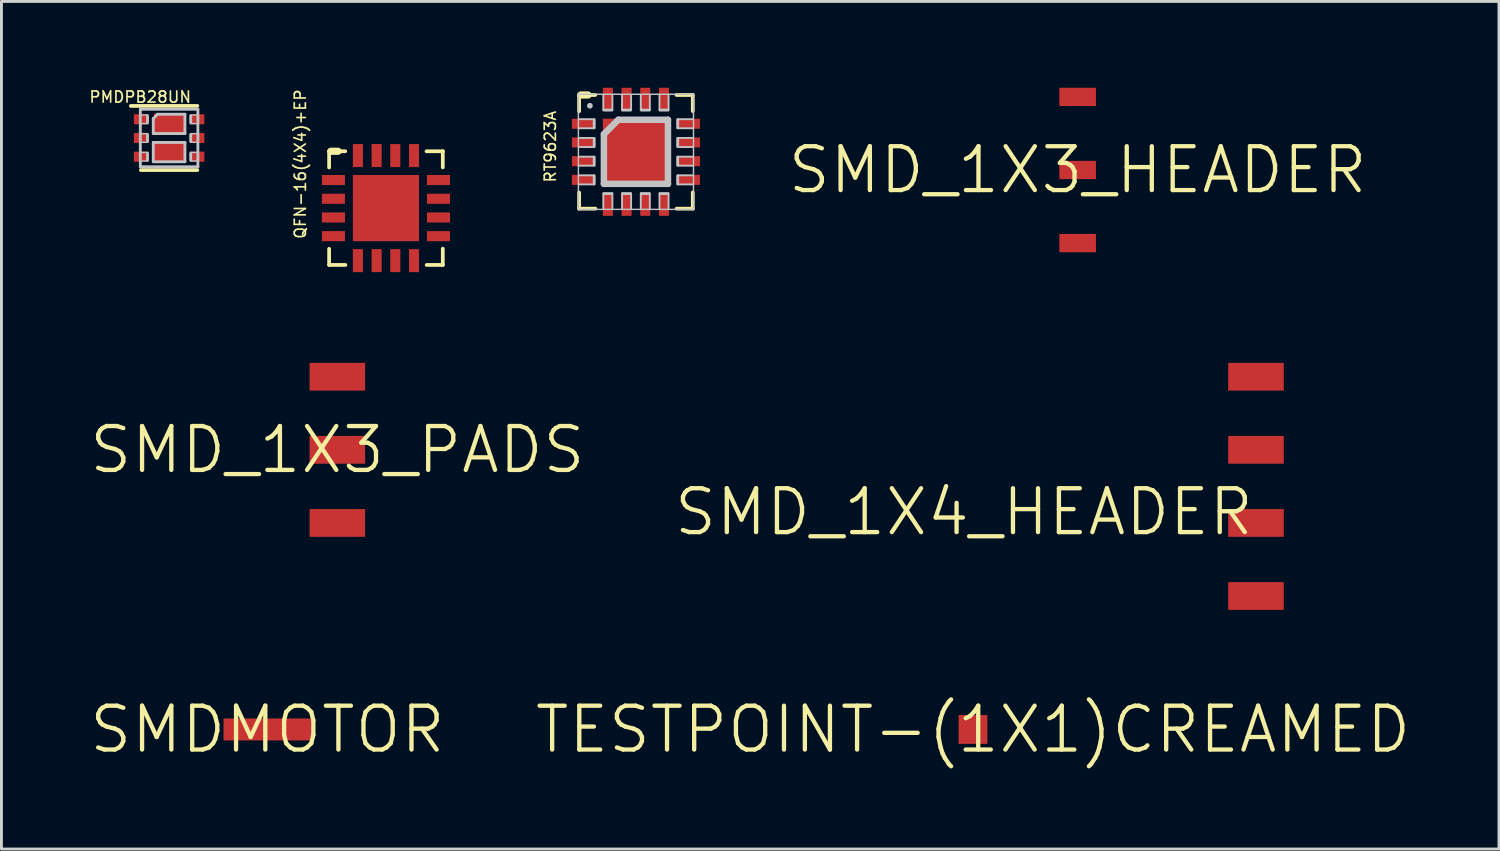
<source format=kicad_pcb>
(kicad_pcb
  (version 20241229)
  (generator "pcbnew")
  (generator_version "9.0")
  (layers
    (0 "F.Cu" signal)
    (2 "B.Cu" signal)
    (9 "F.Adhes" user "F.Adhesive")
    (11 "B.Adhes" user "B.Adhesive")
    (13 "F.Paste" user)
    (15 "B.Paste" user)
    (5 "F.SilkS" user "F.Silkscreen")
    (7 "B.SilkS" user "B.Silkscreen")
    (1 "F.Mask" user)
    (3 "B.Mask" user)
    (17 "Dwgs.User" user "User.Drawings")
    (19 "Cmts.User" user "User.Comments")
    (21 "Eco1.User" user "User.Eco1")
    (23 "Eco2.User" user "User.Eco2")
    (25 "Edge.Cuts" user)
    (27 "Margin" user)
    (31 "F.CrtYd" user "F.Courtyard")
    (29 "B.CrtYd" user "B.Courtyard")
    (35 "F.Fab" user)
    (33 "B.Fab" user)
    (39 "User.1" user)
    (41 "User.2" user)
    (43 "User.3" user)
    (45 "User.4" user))
  (footprint "QFN-16(4X4)+EP"
    (layer "F.Cu")
    (at 10.361 4.181)
    (property "Reference" "QFN-16(4X4)+EP" (at -2.75 1.1 90) (layer "F.SilkS") (effects (font (size 0.386 0.386) (thickness 0.058)) (justify left bottom)))
    (attr through_hole)
    (fp_poly (pts (xy -2.301 -0.724) (xy -1.349 -0.724) (xy -1.349 -1.226) (xy -2.301 -1.226)) (stroke (width 0.15) (type solid)) (fill yes) (layer "F.Mask"))
    (fp_poly (pts (xy -2.301 -0.074) (xy -1.349 -0.074) (xy -1.349 -0.576) (xy -2.301 -0.576)) (stroke (width 0.15) (type solid)) (fill yes) (layer "F.Mask"))
    (fp_poly (pts (xy -2.301 0.576) (xy -1.349 0.576) (xy -1.349 0.074) (xy -2.301 0.074)) (stroke (width 0.15) (type solid)) (fill yes) (layer "F.Mask"))
    (fp_poly (pts (xy -2.301 1.226) (xy -1.349 1.226) (xy -1.349 0.724) (xy -2.301 0.724)) (stroke (width 0.15) (type solid)) (fill yes) (layer "F.Mask"))
    (fp_poly (pts (xy -1.226 -1.349) (xy -0.724 -1.349) (xy -0.724 -2.301) (xy -1.226 -2.301)) (stroke (width 0.15) (type solid)) (fill yes) (layer "F.Mask"))
    (fp_poly (pts (xy -1.226 2.301) (xy -0.724 2.301) (xy -0.724 1.349) (xy -1.226 1.349)) (stroke (width 0.15) (type solid)) (fill yes) (layer "F.Mask"))
    (fp_poly (pts (xy -1.225 1.225) (xy 1.225 1.225) (xy 1.225 -1.225) (xy -1.225 -1.225)) (stroke (width 0.15) (type solid)) (fill yes) (layer "F.Mask"))
    (fp_poly (pts (xy -0.576 -1.349) (xy -0.074 -1.349) (xy -0.074 -2.301) (xy -0.576 -2.301)) (stroke (width 0.15) (type solid)) (fill yes) (layer "F.Mask"))
    (fp_poly (pts (xy -0.576 2.301) (xy -0.074 2.301) (xy -0.074 1.349) (xy -0.576 1.349)) (stroke (width 0.15) (type solid)) (fill yes) (layer "F.Mask"))
    (fp_poly (pts (xy 0.074 -1.349) (xy 0.576 -1.349) (xy 0.576 -2.301) (xy 0.074 -2.301)) (stroke (width 0.15) (type solid)) (fill yes) (layer "F.Mask"))
    (fp_poly (pts (xy 0.074 2.301) (xy 0.576 2.301) (xy 0.576 1.349) (xy 0.074 1.349)) (stroke (width 0.15) (type solid)) (fill yes) (layer "F.Mask"))
    (fp_poly (pts (xy 0.724 -1.349) (xy 1.226 -1.349) (xy 1.226 -2.301) (xy 0.724 -2.301)) (stroke (width 0.15) (type solid)) (fill yes) (layer "F.Mask"))
    (fp_poly (pts (xy 0.724 2.301) (xy 1.226 2.301) (xy 1.226 1.349) (xy 0.724 1.349)) (stroke (width 0.15) (type solid)) (fill yes) (layer "F.Mask"))
    (fp_poly (pts (xy 1.349 -0.724) (xy 2.301 -0.724) (xy 2.301 -1.226) (xy 1.349 -1.226)) (stroke (width 0.15) (type solid)) (fill yes) (layer "F.Mask"))
    (fp_poly (pts (xy 1.349 -0.074) (xy 2.301 -0.074) (xy 2.301 -0.576) (xy 1.349 -0.576)) (stroke (width 0.15) (type solid)) (fill yes) (layer "F.Mask"))
    (fp_poly (pts (xy 1.349 0.576) (xy 2.301 0.576) (xy 2.301 0.074) (xy 1.349 0.074)) (stroke (width 0.15) (type solid)) (fill yes) (layer "F.Mask"))
    (fp_poly (pts (xy 1.349 1.226) (xy 2.301 1.226) (xy 2.301 0.724) (xy 1.349 0.724)) (stroke (width 0.15) (type solid)) (fill yes) (layer "F.Mask"))
    (fp_line (start -1.975 -1.975) (end -1.975 -1.41) (stroke (width 0.13) (type solid)) (layer "F.SilkS"))
    (fp_line (start -1.975 1.415) (end -1.975 1.975) (stroke (width 0.13) (type solid)) (layer "F.SilkS"))
    (fp_line (start -1.975 1.975) (end -1.41 1.975) (stroke (width 0.13) (type solid)) (layer "F.SilkS"))
    (fp_line (start -1.915 -1.975) (end -1.975 -1.975) (stroke (width 0.13) (type solid)) (layer "F.SilkS"))
    (fp_line (start -1.665 -1.975) (end -1.915 -1.975) (stroke (width 0.13) (type solid)) (layer "F.SilkS"))
    (fp_line (start -1.665 -1.975) (end -1.915 -1.975) (stroke (width 0.25) (type solid)) (layer "F.SilkS"))
    (fp_line (start -1.415 -1.975) (end -1.665 -1.975) (stroke (width 0.13) (type solid)) (layer "F.SilkS"))
    (fp_line (start 1.415 1.975) (end 1.975 1.975) (stroke (width 0.13) (type solid)) (layer "F.SilkS"))
    (fp_line (start 1.975 -1.975) (end 1.41 -1.975) (stroke (width 0.13) (type solid)) (layer "F.SilkS"))
    (fp_line (start 1.975 -1.415) (end 1.975 -1.975) (stroke (width 0.13) (type solid)) (layer "F.SilkS"))
    (fp_line (start 1.975 1.975) (end 1.975 1.41) (stroke (width 0.13) (type solid)) (layer "F.SilkS"))
    (pad "1" smd rect (at -1.825 -0.975) (size 0.8 0.35) (layers "F.Cu" "F.Mask" "F.Paste"))
    (pad "2" smd rect (at -1.825 -0.325) (size 0.8 0.35) (layers "F.Cu" "F.Mask" "F.Paste"))
    (pad "3" smd rect (at -1.825 0.325) (size 0.8 0.35) (layers "F.Cu" "F.Mask" "F.Paste"))
    (pad "4" smd rect (at -1.825 0.975) (size 0.8 0.35) (layers "F.Cu" "F.Mask" "F.Paste"))
    (pad "5" smd rect (at -0.975 1.825) (size 0.35 0.8) (layers "F.Cu" "F.Mask" "F.Paste"))
    (pad "6" smd rect (at -0.325 1.825) (size 0.35 0.8) (layers "F.Cu" "F.Mask" "F.Paste"))
    (pad "7" smd rect (at 0.325 1.825) (size 0.35 0.8) (layers "F.Cu" "F.Mask" "F.Paste"))
    (pad "8" smd rect (at 0.975 1.825) (size 0.35 0.8) (layers "F.Cu" "F.Mask" "F.Paste"))
    (pad "9" smd rect (at 1.825 0.975) (size 0.8 0.35) (layers "F.Cu" "F.Mask" "F.Paste"))
    (pad "10" smd rect (at 1.825 0.325) (size 0.8 0.35) (layers "F.Cu" "F.Mask" "F.Paste"))
    (pad "11" smd rect (at 1.825 -0.325) (size 0.8 0.35) (layers "F.Cu" "F.Mask" "F.Paste"))
    (pad "12" smd rect (at 1.825 -0.975) (size 0.8 0.35) (layers "F.Cu" "F.Mask" "F.Paste"))
    (pad "13" smd rect (at 0.975 -1.825) (size 0.35 0.8) (layers "F.Cu" "F.Mask" "F.Paste"))
    (pad "14" smd rect (at 0.325 -1.825) (size 0.35 0.8) (layers "F.Cu" "F.Mask" "F.Paste"))
    (pad "15" smd rect (at -0.325 -1.825) (size 0.35 0.8) (layers "F.Cu" "F.Mask" "F.Paste"))
    (pad "16" smd rect (at -0.975 -1.825) (size 0.35 0.8) (layers "F.Cu" "F.Mask" "F.Paste"))
    (pad "PAD" smd rect (at 0 0) (size 2.3 2.3) (layers "F.Cu" "F.Mask" "F.Paste")))
  (footprint "PMDPB28UN"
    (layer "F.Cu")
    (at 2.826 1.745)
    (property "Reference" "PMDPB28UN" (at 0.8 -1.65 0) (layer "F.SilkS") (effects (font (size 0.386 0.386) (thickness 0.058)) (justify right top)))
    (attr through_hole)
    (fp_line (start 0.98 -1.115) (end -1.33 -1.115) (stroke (width 0.13) (type solid)) (layer "F.SilkS"))
    (fp_line (start 0.98 1.115) (end -0.98 1.115) (stroke (width 0.13) (type solid)) (layer "F.SilkS"))
    (fp_line (start -1 -1) (end -1 1) (stroke (width 0.1) (type solid)) (layer "Dwgs.User"))
    (fp_line (start -1 1) (end 1 1) (stroke (width 0.1) (type solid)) (layer "Dwgs.User"))
    (fp_line (start -0.95 -0.8) (end -0.75 -0.8) (stroke (width 0.05) (type solid)) (layer "Dwgs.User"))
    (fp_line (start -0.95 -0.5) (end -0.75 -0.5) (stroke (width 0.05) (type solid)) (layer "Dwgs.User"))
    (fp_line (start -0.95 -0.15) (end -0.75 -0.15) (stroke (width 0.05) (type solid)) (layer "Dwgs.User"))
    (fp_line (start -0.95 0.15) (end -0.75 0.15) (stroke (width 0.05) (type solid)) (layer "Dwgs.User"))
    (fp_line (start -0.95 0.5) (end -0.75 0.5) (stroke (width 0.05) (type solid)) (layer "Dwgs.User"))
    (fp_line (start -0.95 0.8) (end -0.75 0.8) (stroke (width 0.05) (type solid)) (layer "Dwgs.User"))
    (fp_line (start -0.75 -0.53) (end -0.75 -0.77) (stroke (width 0.1) (type solid)) (layer "Dwgs.User"))
    (fp_line (start -0.75 0.12) (end -0.75 -0.12) (stroke (width 0.1) (type solid)) (layer "Dwgs.User"))
    (fp_line (start -0.75 0.77) (end -0.75 0.53) (stroke (width 0.1) (type solid)) (layer "Dwgs.User"))
    (fp_line (start -0.55 -0.675) (end -0.55 -0.155) (stroke (width 0.1) (type solid)) (layer "Dwgs.User"))
    (fp_line (start -0.55 -0.155) (end 0.55 -0.155) (stroke (width 0.1) (type solid)) (layer "Dwgs.User"))
    (fp_line (start -0.55 0.155) (end -0.55 0.825) (stroke (width 0.1) (type solid)) (layer "Dwgs.User"))
    (fp_line (start -0.55 0.825) (end 0.55 0.825) (stroke (width 0.1) (type solid)) (layer "Dwgs.User"))
    (fp_line (start -0.4 -0.825) (end -0.55 -0.675) (stroke (width 0.1) (type solid)) (layer "Dwgs.User"))
    (fp_line (start 0.55 -0.825) (end -0.4 -0.825) (stroke (width 0.1) (type solid)) (layer "Dwgs.User"))
    (fp_line (start 0.55 -0.155) (end 0.55 -0.825) (stroke (width 0.1) (type solid)) (layer "Dwgs.User"))
    (fp_line (start 0.55 0.155) (end -0.55 0.155) (stroke (width 0.1) (type solid)) (layer "Dwgs.User"))
    (fp_line (start 0.55 0.825) (end 0.55 0.155) (stroke (width 0.1) (type solid)) (layer "Dwgs.User"))
    (fp_line (start 0.75 -0.77) (end 0.75 -0.53) (stroke (width 0.1) (type solid)) (layer "Dwgs.User"))
    (fp_line (start 0.75 -0.12) (end 0.75 0.12) (stroke (width 0.1) (type solid)) (layer "Dwgs.User"))
    (fp_line (start 0.75 0.53) (end 0.75 0.77) (stroke (width 0.1) (type solid)) (layer "Dwgs.User"))
    (fp_line (start 0.95 -0.8) (end 0.75 -0.8) (stroke (width 0.05) (type solid)) (layer "Dwgs.User"))
    (fp_line (start 0.95 -0.5) (end 0.75 -0.5) (stroke (width 0.05) (type solid)) (layer "Dwgs.User"))
    (fp_line (start 0.95 -0.15) (end 0.75 -0.15) (stroke (width 0.05) (type solid)) (layer "Dwgs.User"))
    (fp_line (start 0.95 0.15) (end 0.75 0.15) (stroke (width 0.05) (type solid)) (layer "Dwgs.User"))
    (fp_line (start 0.95 0.5) (end 0.75 0.5) (stroke (width 0.05) (type solid)) (layer "Dwgs.User"))
    (fp_line (start 0.95 0.8) (end 0.75 0.8) (stroke (width 0.05) (type solid)) (layer "Dwgs.User"))
    (fp_line (start 1 -1) (end -1 -1) (stroke (width 0.1) (type solid)) (layer "Dwgs.User"))
    (fp_line (start 1 1) (end 1 -1) (stroke (width 0.1) (type solid)) (layer "Dwgs.User"))
    (pad "1" smd rect (at -0.975 -0.65) (size 0.5 0.35) (layers "F.Cu" "F.Mask" "F.Paste"))
    (pad "2" smd rect (at -0.975 0) (size 0.5 0.35) (layers "F.Cu" "F.Mask" "F.Paste"))
    (pad "3" smd rect (at -0.975 0.65) (size 0.5 0.35) (layers "F.Cu" "F.Mask" "F.Paste"))
    (pad "4" smd rect (at 0.975 0.65) (size 0.5 0.35) (layers "F.Cu" "F.Mask" "F.Paste"))
    (pad "5" smd rect (at 0.975 0) (size 0.5 0.35) (layers "F.Cu" "F.Mask" "F.Paste"))
    (pad "6" smd rect (at 0.975 -0.65) (size 0.5 0.35) (layers "F.Cu" "F.Mask" "F.Paste"))
    (pad "P7" smd rect (at 0 -0.49) (size 1.05 0.72) (layers "F.Cu" "F.Mask" "F.Paste"))
    (pad "P8" smd rect (at 0 0.49) (size 1.05 0.72) (layers "F.Cu" "F.Mask" "F.Paste")))
  (footprint "SMD_1X3_HEADER"
    (layer "F.Cu")
    (at 34.396 2.857)
    (property "Reference" "SMD_1X3_HEADER" (at 0 0 0) (layer "F.SilkS") (effects (font (size 1.524 1.524) (thickness 0.15))))
    (attr through_hole)
    (pad "P$1" smd rect (at 0 0) (size 1.27 0.635) (layers "F.Cu" "F.Mask" "F.Paste"))
    (pad "P$2" smd rect (at 0 -2.54) (size 1.27 0.635) (layers "F.Cu" "F.Mask" "F.Paste"))
    (pad "P$3" smd rect (at 0 2.54) (size 1.27 0.635) (layers "F.Cu" "F.Mask" "F.Paste")))
  (footprint "TESTPOINT-(1X1)CREAMED"
    (layer "F.Cu")
    (at 30.759 22.297)
    (property "Reference" "TESTPOINT-(1X1)CREAMED" (at 0 0 0) (layer "F.SilkS") (effects (font (size 1.524 1.524) (thickness 0.15))))
    (attr through_hole)
    (pad "TP" smd rect (at 0 0) (size 1 1) (layers "F.Cu" "F.Mask" "F.Paste")))
  (footprint "SMDMOTOR"
    (layer "F.Cu")
    (at 6.241 22.297)
    (property "Reference" "SMDMOTOR" (at 0 0 0) (layer "F.SilkS") (effects (font (size 1.524 1.524) (thickness 0.15))))
    (attr through_hole)
    (pad "1" smd rect (at 0 0) (size 3.048 0.762) (layers "F.Cu" "F.Mask" "F.Paste")))
  (footprint "RT9623A"
    (layer "F.Cu")
    (at 19.047 2.225)
    (property "Reference" "RT9623A" (at -2.75 1.1 90) (layer "F.SilkS") (effects (font (size 0.386 0.386) (thickness 0.058)) (justify left bottom)))
    (attr through_hole)
    (fp_line (start -1.975 -1.975) (end -1.975 -1.41) (stroke (width 0.13) (type solid)) (layer "F.SilkS"))
    (fp_line (start -1.975 1.415) (end -1.975 1.975) (stroke (width 0.13) (type solid)) (layer "F.SilkS"))
    (fp_line (start -1.975 1.975) (end -1.41 1.975) (stroke (width 0.13) (type solid)) (layer "F.SilkS"))
    (fp_line (start -1.915 -1.975) (end -1.975 -1.975) (stroke (width 0.13) (type solid)) (layer "F.SilkS"))
    (fp_line (start -1.665 -1.975) (end -1.915 -1.975) (stroke (width 0.13) (type solid)) (layer "F.SilkS"))
    (fp_line (start -1.665 -1.975) (end -1.915 -1.975) (stroke (width 0.25) (type solid)) (layer "F.SilkS"))
    (fp_line (start -1.415 -1.975) (end -1.665 -1.975) (stroke (width 0.13) (type solid)) (layer "F.SilkS"))
    (fp_line (start 1.415 1.975) (end 1.975 1.975) (stroke (width 0.13) (type solid)) (layer "F.SilkS"))
    (fp_line (start 1.975 -1.975) (end 1.41 -1.975) (stroke (width 0.13) (type solid)) (layer "F.SilkS"))
    (fp_line (start 1.975 -1.415) (end 1.975 -1.975) (stroke (width 0.13) (type solid)) (layer "F.SilkS"))
    (fp_line (start 1.975 1.975) (end 1.975 1.41) (stroke (width 0.13) (type solid)) (layer "F.SilkS"))
    (fp_line (start -2 -2) (end -2 2) (stroke (width 0.05) (type solid)) (layer "Dwgs.User"))
    (fp_line (start -2 2) (end 2 2) (stroke (width 0.05) (type solid)) (layer "Dwgs.User"))
    (fp_line (start -1.98 -1.133) (end -1.45 -1.133) (stroke (width 0.065) (type solid)) (layer "Dwgs.User"))
    (fp_line (start -1.98 -0.818) (end -1.45 -0.818) (stroke (width 0.065) (type solid)) (layer "Dwgs.User"))
    (fp_line (start -1.98 -0.482) (end -1.45 -0.482) (stroke (width 0.065) (type solid)) (layer "Dwgs.User"))
    (fp_line (start -1.98 -0.168) (end -1.45 -0.168) (stroke (width 0.065) (type solid)) (layer "Dwgs.User"))
    (fp_line (start -1.98 0.168) (end -1.45 0.168) (stroke (width 0.065) (type solid)) (layer "Dwgs.User"))
    (fp_line (start -1.98 0.482) (end -1.45 0.482) (stroke (width 0.065) (type solid)) (layer "Dwgs.User"))
    (fp_line (start -1.98 0.818) (end -1.45 0.818) (stroke (width 0.065) (type solid)) (layer "Dwgs.User"))
    (fp_line (start -1.98 1.133) (end -1.45 1.133) (stroke (width 0.065) (type solid)) (layer "Dwgs.User"))
    (fp_line (start -1.45 -1.115) (end -1.45 -0.835) (stroke (width 0.1) (type solid)) (layer "Dwgs.User"))
    (fp_line (start -1.45 -0.465) (end -1.45 -0.185) (stroke (width 0.1) (type solid)) (layer "Dwgs.User"))
    (fp_line (start -1.45 0.185) (end -1.45 0.465) (stroke (width 0.1) (type solid)) (layer "Dwgs.User"))
    (fp_line (start -1.45 0.835) (end -1.45 1.115) (stroke (width 0.1) (type solid)) (layer "Dwgs.User"))
    (fp_line (start -1.133 -1.98) (end -1.133 -1.45) (stroke (width 0.065) (type solid)) (layer "Dwgs.User"))
    (fp_line (start -1.133 1.98) (end -1.133 1.45) (stroke (width 0.065) (type solid)) (layer "Dwgs.User"))
    (fp_line (start -1.115 1.45) (end -0.835 1.45) (stroke (width 0.1) (type solid)) (layer "Dwgs.User"))
    (fp_line (start -1.113 -0.613) (end -0.613 -1.113) (stroke (width 0.225) (type solid)) (layer "Dwgs.User"))
    (fp_line (start -1.113 1.113) (end -1.113 -0.613) (stroke (width 0.225) (type solid)) (layer "Dwgs.User"))
    (fp_line (start -0.835 -1.45) (end -1.115 -1.45) (stroke (width 0.1) (type solid)) (layer "Dwgs.User"))
    (fp_line (start -0.818 -1.98) (end -0.818 -1.45) (stroke (width 0.065) (type solid)) (layer "Dwgs.User"))
    (fp_line (start -0.818 1.98) (end -0.818 1.45) (stroke (width 0.065) (type solid)) (layer "Dwgs.User"))
    (fp_line (start -0.613 -1.113) (end 1.113 -1.113) (stroke (width 0.225) (type solid)) (layer "Dwgs.User"))
    (fp_line (start -0.482 -1.98) (end -0.482 -1.45) (stroke (width 0.065) (type solid)) (layer "Dwgs.User"))
    (fp_line (start -0.482 1.98) (end -0.482 1.45) (stroke (width 0.065) (type solid)) (layer "Dwgs.User"))
    (fp_line (start -0.465 1.45) (end -0.185 1.45) (stroke (width 0.1) (type solid)) (layer "Dwgs.User"))
    (fp_line (start -0.185 -1.45) (end -0.465 -1.45) (stroke (width 0.1) (type solid)) (layer "Dwgs.User"))
    (fp_line (start -0.168 -1.98) (end -0.168 -1.45) (stroke (width 0.065) (type solid)) (layer "Dwgs.User"))
    (fp_line (start -0.168 1.98) (end -0.168 1.45) (stroke (width 0.065) (type solid)) (layer "Dwgs.User"))
    (fp_line (start 0.168 -1.98) (end 0.168 -1.45) (stroke (width 0.065) (type solid)) (layer "Dwgs.User"))
    (fp_line (start 0.168 1.98) (end 0.168 1.45) (stroke (width 0.065) (type solid)) (layer "Dwgs.User"))
    (fp_line (start 0.185 1.45) (end 0.465 1.45) (stroke (width 0.1) (type solid)) (layer "Dwgs.User"))
    (fp_line (start 0.465 -1.45) (end 0.185 -1.45) (stroke (width 0.1) (type solid)) (layer "Dwgs.User"))
    (fp_line (start 0.482 -1.98) (end 0.482 -1.45) (stroke (width 0.065) (type solid)) (layer "Dwgs.User"))
    (fp_line (start 0.482 1.98) (end 0.482 1.45) (stroke (width 0.065) (type solid)) (layer "Dwgs.User"))
    (fp_line (start 0.818 -1.98) (end 0.818 -1.45) (stroke (width 0.065) (type solid)) (layer "Dwgs.User"))
    (fp_line (start 0.818 1.98) (end 0.818 1.45) (stroke (width 0.065) (type solid)) (layer "Dwgs.User"))
    (fp_line (start 0.835 1.45) (end 1.115 1.45) (stroke (width 0.1) (type solid)) (layer "Dwgs.User"))
    (fp_line (start 1.113 -1.113) (end 1.113 1.113) (stroke (width 0.225) (type solid)) (layer "Dwgs.User"))
    (fp_line (start 1.113 1.113) (end -1.113 1.113) (stroke (width 0.225) (type solid)) (layer "Dwgs.User"))
    (fp_line (start 1.115 -1.45) (end 0.835 -1.45) (stroke (width 0.1) (type solid)) (layer "Dwgs.User"))
    (fp_line (start 1.133 -1.98) (end 1.133 -1.45) (stroke (width 0.065) (type solid)) (layer "Dwgs.User"))
    (fp_line (start 1.133 1.98) (end 1.133 1.45) (stroke (width 0.065) (type solid)) (layer "Dwgs.User"))
    (fp_line (start 1.45 -0.835) (end 1.45 -1.115) (stroke (width 0.1) (type solid)) (layer "Dwgs.User"))
    (fp_line (start 1.45 -0.185) (end 1.45 -0.465) (stroke (width 0.1) (type solid)) (layer "Dwgs.User"))
    (fp_line (start 1.45 0.465) (end 1.45 0.185) (stroke (width 0.1) (type solid)) (layer "Dwgs.User"))
    (fp_line (start 1.45 1.115) (end 1.45 0.835) (stroke (width 0.1) (type solid)) (layer "Dwgs.User"))
    (fp_line (start 1.98 -1.133) (end 1.45 -1.133) (stroke (width 0.065) (type solid)) (layer "Dwgs.User"))
    (fp_line (start 1.98 -0.818) (end 1.45 -0.818) (stroke (width 0.065) (type solid)) (layer "Dwgs.User"))
    (fp_line (start 1.98 -0.482) (end 1.45 -0.482) (stroke (width 0.065) (type solid)) (layer "Dwgs.User"))
    (fp_line (start 1.98 -0.168) (end 1.45 -0.168) (stroke (width 0.065) (type solid)) (layer "Dwgs.User"))
    (fp_line (start 1.98 0.168) (end 1.45 0.168) (stroke (width 0.065) (type solid)) (layer "Dwgs.User"))
    (fp_line (start 1.98 0.482) (end 1.45 0.482) (stroke (width 0.065) (type solid)) (layer "Dwgs.User"))
    (fp_line (start 1.98 0.818) (end 1.45 0.818) (stroke (width 0.065) (type solid)) (layer "Dwgs.User"))
    (fp_line (start 1.98 1.133) (end 1.45 1.133) (stroke (width 0.065) (type solid)) (layer "Dwgs.User"))
    (fp_line (start 2 -2) (end -2 -2) (stroke (width 0.05) (type solid)) (layer "Dwgs.User"))
    (fp_line (start 2 2) (end 2 -2) (stroke (width 0.05) (type solid)) (layer "Dwgs.User"))
    (fp_circle (center -1.6 -1.6) (end -1.55 -1.6) (stroke (width 0.1) (type solid)) (fill no) (layer "Dwgs.User"))
    (pad "1" smd rect (at -1.825 -0.975) (size 0.8 0.35) (layers "F.Cu" "F.Mask" "F.Paste"))
    (pad "2" smd rect (at -1.825 -0.325) (size 0.8 0.35) (layers "F.Cu" "F.Mask" "F.Paste"))
    (pad "3" smd rect (at -1.825 0.325) (size 0.8 0.35) (layers "F.Cu" "F.Mask" "F.Paste"))
    (pad "4" smd rect (at -1.825 0.975) (size 0.8 0.35) (layers "F.Cu" "F.Mask" "F.Paste"))
    (pad "5" smd rect (at -0.975 1.825) (size 0.35 0.8) (layers "F.Cu" "F.Mask" "F.Paste"))
    (pad "6" smd rect (at -0.325 1.825) (size 0.35 0.8) (layers "F.Cu" "F.Mask" "F.Paste"))
    (pad "7" smd rect (at 0.325 1.825) (size 0.35 0.8) (layers "F.Cu" "F.Mask" "F.Paste"))
    (pad "8" smd rect (at 0.975 1.825) (size 0.35 0.8) (layers "F.Cu" "F.Mask" "F.Paste"))
    (pad "9" smd rect (at 1.825 0.975) (size 0.8 0.35) (layers "F.Cu" "F.Mask" "F.Paste"))
    (pad "10" smd rect (at 1.825 0.325) (size 0.8 0.35) (layers "F.Cu" "F.Mask" "F.Paste"))
    (pad "11" smd rect (at 1.825 -0.325) (size 0.8 0.35) (layers "F.Cu" "F.Mask" "F.Paste"))
    (pad "12" smd rect (at 1.825 -0.975) (size 0.8 0.35) (layers "F.Cu" "F.Mask" "F.Paste"))
    (pad "13" smd rect (at 0.975 -1.825) (size 0.35 0.8) (layers "F.Cu" "F.Mask" "F.Paste"))
    (pad "14" smd rect (at 0.325 -1.825) (size 0.35 0.8) (layers "F.Cu" "F.Mask" "F.Paste"))
    (pad "15" smd rect (at -0.325 -1.825) (size 0.35 0.8) (layers "F.Cu" "F.Mask" "F.Paste"))
    (pad "16" smd rect (at -0.975 -1.825) (size 0.35 0.8) (layers "F.Cu" "F.Mask" "F.Paste"))
    (pad "PAD" smd rect (at 0 0) (size 2.3 2.3) (layers "F.Cu" "F.Mask" "F.Paste")))
  (footprint "SMD_1X4_HEADER"
    (layer "F.Cu")
    (at 40.592 13.85)
    (property "Reference" "SMD_1X4_HEADER" (at 0 0 0) (layer "F.SilkS") (effects (font (size 1.524 1.524) (thickness 0.15)) (justify right top)))
    (attr through_hole)
    (pad "1" smd rect (at 0 -3.81) (size 1.93 0.965) (layers "F.Cu" "F.Mask" "F.Paste"))
    (pad "2" smd rect (at 0 -1.27) (size 1.93 0.965) (layers "F.Cu" "F.Mask" "F.Paste"))
    (pad "3" smd rect (at 0 1.27) (size 1.93 0.965) (layers "F.Cu" "F.Mask" "F.Paste"))
    (pad "4" smd rect (at 0 3.81) (size 1.93 0.965) (layers "F.Cu" "F.Mask" "F.Paste")))
  (footprint "SMD_1X3_PADS"
    (layer "F.Cu")
    (at 8.672 12.58)
    (property "Reference" "SMD_1X3_PADS" (at 0 0 0) (layer "F.SilkS") (effects (font (size 1.524 1.524) (thickness 0.15))))
    (attr through_hole)
    (pad "1" smd rect (at 0 -2.54) (size 1.93 0.965) (layers "F.Cu" "F.Mask" "F.Paste"))
    (pad "2" smd rect (at 0 0) (size 1.93 0.965) (layers "F.Cu" "F.Mask" "F.Paste"))
    (pad "3" smd rect (at 0 2.54) (size 1.93 0.965) (layers "F.Cu" "F.Mask" "F.Paste")))
  (gr_rect
    (start -3 -3)
    (end 49.035 26.452)
    (stroke (width 0.1) (type default))
    (fill no)
    (layer "Edge.Cuts")))
</source>
